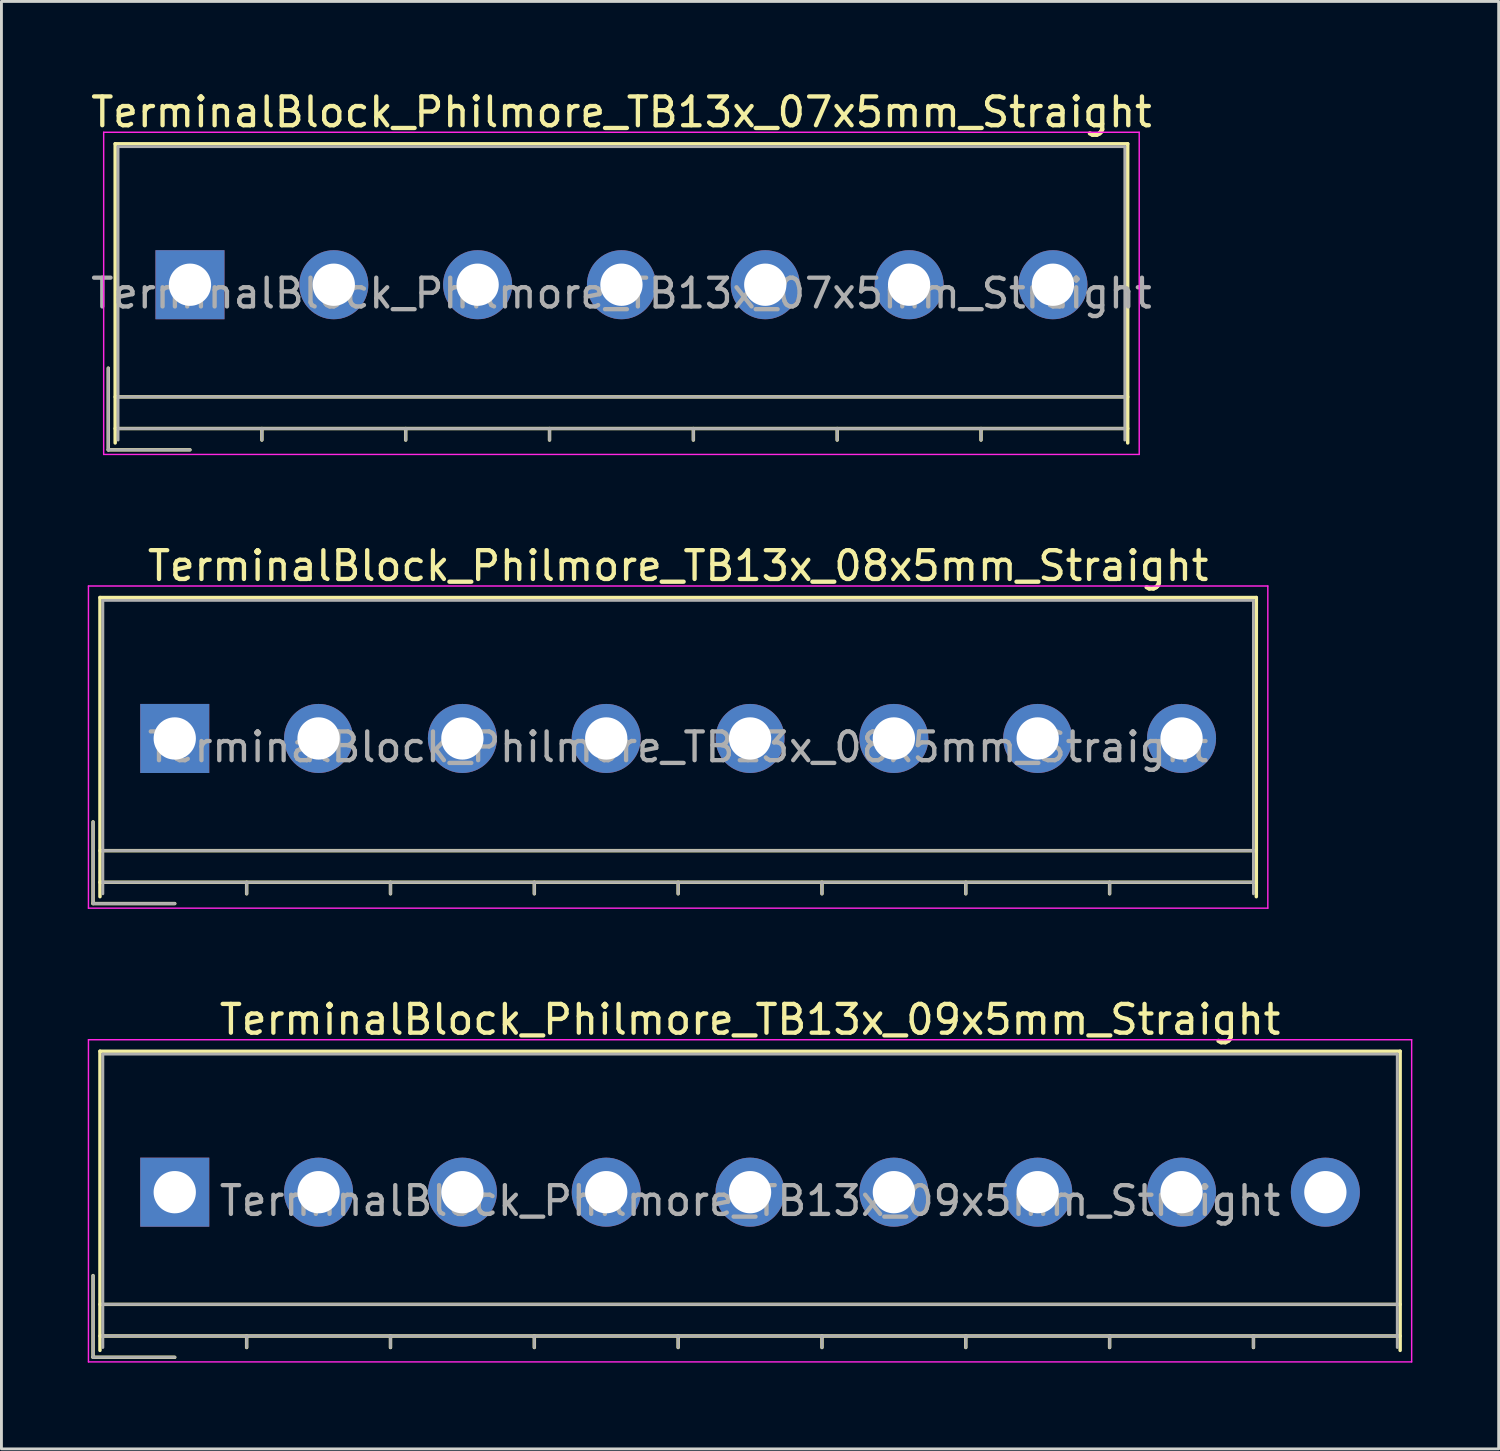
<source format=kicad_pcb>
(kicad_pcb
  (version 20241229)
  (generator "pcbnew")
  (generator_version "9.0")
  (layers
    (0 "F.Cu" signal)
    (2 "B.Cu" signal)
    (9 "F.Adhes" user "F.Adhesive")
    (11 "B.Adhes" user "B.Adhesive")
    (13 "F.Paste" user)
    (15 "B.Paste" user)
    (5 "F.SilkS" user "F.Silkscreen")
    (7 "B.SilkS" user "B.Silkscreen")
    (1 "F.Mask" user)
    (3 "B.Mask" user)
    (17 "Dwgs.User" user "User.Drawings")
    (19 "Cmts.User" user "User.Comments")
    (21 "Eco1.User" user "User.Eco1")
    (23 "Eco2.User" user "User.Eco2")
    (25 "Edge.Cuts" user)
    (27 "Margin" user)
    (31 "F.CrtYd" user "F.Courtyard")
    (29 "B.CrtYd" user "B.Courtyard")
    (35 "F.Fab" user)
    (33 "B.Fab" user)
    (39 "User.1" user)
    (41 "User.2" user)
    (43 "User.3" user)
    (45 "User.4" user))
  (footprint "TerminalBlock_Philmore_TB13x_07x5mm_Straight"
    (layer "F.Cu")
    (at 3.554 6.848)
    (property "Reference" "TerminalBlock_Philmore_TB13x_07x5mm_Straight" (at 15 -6 0) (layer "F.SilkS") (effects (font (size 1 1) (thickness 0.15))))
    (attr through_hole)
    (fp_line (start -2.84 2.9) (end -2.84 5.74) (stroke (width 0.12) (type solid)) (layer "F.SilkS"))
    (fp_line (start -2.84 5.74) (end 0 5.74) (stroke (width 0.12) (type solid)) (layer "F.SilkS"))
    (fp_line (start -2.6 -4.9) (end 32.6 -4.9) (stroke (width 0.12) (type solid)) (layer "F.SilkS"))
    (fp_line (start -2.6 3.9) (end 32.6 3.9) (stroke (width 0.12) (type solid)) (layer "F.SilkS"))
    (fp_line (start -2.6 5) (end 32.6 5) (stroke (width 0.12) (type solid)) (layer "F.SilkS"))
    (fp_line (start -2.6 5.5) (end -2.6 -4.9) (stroke (width 0.12) (type solid)) (layer "F.SilkS"))
    (fp_line (start 2.5 5) (end 2.5 5.4) (stroke (width 0.12) (type solid)) (layer "F.SilkS"))
    (fp_line (start 7.5 5) (end 7.5 5.4) (stroke (width 0.12) (type solid)) (layer "F.SilkS"))
    (fp_line (start 12.5 5) (end 12.5 5.4) (stroke (width 0.12) (type solid)) (layer "F.SilkS"))
    (fp_line (start 17.5 5) (end 17.5 5.4) (stroke (width 0.12) (type solid)) (layer "F.SilkS"))
    (fp_line (start 22.5 5) (end 22.5 5.4) (stroke (width 0.12) (type solid)) (layer "F.SilkS"))
    (fp_line (start 27.5 5) (end 27.5 5.4) (stroke (width 0.12) (type solid)) (layer "F.SilkS"))
    (fp_line (start 32.6 -4.9) (end 32.6 5.5) (stroke (width 0.12) (type solid)) (layer "F.SilkS"))
    (fp_line (start -3 -5.3) (end -3 5.9) (stroke (width 0.05) (type solid)) (layer "F.CrtYd"))
    (fp_line (start -3 5.9) (end 33 5.9) (stroke (width 0.05) (type solid)) (layer "F.CrtYd"))
    (fp_line (start 33 -5.3) (end -3 -5.3) (stroke (width 0.05) (type solid)) (layer "F.CrtYd"))
    (fp_line (start 33 5.9) (end 33 -5.3) (stroke (width 0.05) (type solid)) (layer "F.CrtYd"))
    (fp_line (start -2.84 2.9) (end -2.84 5.74) (stroke (width 0.1) (type solid)) (layer "F.Fab"))
    (fp_line (start -2.84 5.74) (end 0 5.74) (stroke (width 0.1) (type solid)) (layer "F.Fab"))
    (fp_line (start -2.5 -4.8) (end 32.5 -4.8) (stroke (width 0.1) (type solid)) (layer "F.Fab"))
    (fp_line (start -2.5 3.9) (end 32.5 3.9) (stroke (width 0.1) (type solid)) (layer "F.Fab"))
    (fp_line (start -2.5 5) (end 32.5 5) (stroke (width 0.1) (type solid)) (layer "F.Fab"))
    (fp_line (start -2.5 5.4) (end -2.5 -4.8) (stroke (width 0.1) (type solid)) (layer "F.Fab"))
    (fp_line (start 2.5 5) (end 2.5 5.4) (stroke (width 0.1) (type solid)) (layer "F.Fab"))
    (fp_line (start 7.5 5) (end 7.5 5.4) (stroke (width 0.1) (type solid)) (layer "F.Fab"))
    (fp_line (start 12.5 5) (end 12.5 5.4) (stroke (width 0.1) (type solid)) (layer "F.Fab"))
    (fp_line (start 17.5 5) (end 17.5 5.4) (stroke (width 0.1) (type solid)) (layer "F.Fab"))
    (fp_line (start 22.5 5) (end 22.5 5.4) (stroke (width 0.1) (type solid)) (layer "F.Fab"))
    (fp_line (start 27.5 5) (end 27.5 5.4) (stroke (width 0.1) (type solid)) (layer "F.Fab"))
    (fp_line (start 32.5 -4.8) (end 32.5 5.4) (stroke (width 0.1) (type solid)) (layer "F.Fab"))
    (fp_text user "${REFERENCE}" (at 15 0.3 0) (layer "F.Fab") (effects (font (size 1 1) (thickness 0.15))))
    (pad "1" thru_hole rect (at 0 0) (size 2.4 2.4) (drill 1.47) (layers "*.Cu" "*.Mask"))
    (pad "2" thru_hole circle (at 5 0) (size 2.4 2.4) (drill 1.47) (layers "*.Cu" "*.Mask"))
    (pad "3" thru_hole circle (at 10 0) (size 2.4 2.4) (drill 1.47) (layers "*.Cu" "*.Mask"))
    (pad "4" thru_hole circle (at 15 0) (size 2.4 2.4) (drill 1.47) (layers "*.Cu" "*.Mask"))
    (pad "5" thru_hole circle (at 20 0) (size 2.4 2.4) (drill 1.47) (layers "*.Cu" "*.Mask"))
    (pad "6" thru_hole circle (at 25 0) (size 2.4 2.4) (drill 1.47) (layers "*.Cu" "*.Mask"))
    (pad "7" thru_hole circle (at 30 0) (size 2.4 2.4) (drill 1.47) (layers "*.Cu" "*.Mask")))
  (footprint "TerminalBlock_Philmore_TB13x_08x5mm_Straight"
    (layer "F.Cu")
    (at 3.025 22.622)
    (property "Reference" "TerminalBlock_Philmore_TB13x_08x5mm_Straight" (at 17.5 -6 0) (layer "F.SilkS") (effects (font (size 1 1) (thickness 0.15))))
    (attr through_hole)
    (fp_line (start -2.84 2.9) (end -2.84 5.74) (stroke (width 0.12) (type solid)) (layer "F.SilkS"))
    (fp_line (start -2.84 5.74) (end 0 5.74) (stroke (width 0.12) (type solid)) (layer "F.SilkS"))
    (fp_line (start -2.6 -4.9) (end 37.6 -4.9) (stroke (width 0.12) (type solid)) (layer "F.SilkS"))
    (fp_line (start -2.6 3.9) (end 37.6 3.9) (stroke (width 0.12) (type solid)) (layer "F.SilkS"))
    (fp_line (start -2.6 5) (end 37.6 5) (stroke (width 0.12) (type solid)) (layer "F.SilkS"))
    (fp_line (start -2.6 5.5) (end -2.6 -4.9) (stroke (width 0.12) (type solid)) (layer "F.SilkS"))
    (fp_line (start 2.5 5) (end 2.5 5.4) (stroke (width 0.12) (type solid)) (layer "F.SilkS"))
    (fp_line (start 7.5 5) (end 7.5 5.4) (stroke (width 0.12) (type solid)) (layer "F.SilkS"))
    (fp_line (start 12.5 5) (end 12.5 5.4) (stroke (width 0.12) (type solid)) (layer "F.SilkS"))
    (fp_line (start 17.5 5) (end 17.5 5.4) (stroke (width 0.12) (type solid)) (layer "F.SilkS"))
    (fp_line (start 22.5 5) (end 22.5 5.4) (stroke (width 0.12) (type solid)) (layer "F.SilkS"))
    (fp_line (start 27.5 5) (end 27.5 5.4) (stroke (width 0.12) (type solid)) (layer "F.SilkS"))
    (fp_line (start 32.5 5) (end 32.5 5.4) (stroke (width 0.12) (type solid)) (layer "F.SilkS"))
    (fp_line (start 37.6 -4.9) (end 37.6 5.5) (stroke (width 0.12) (type solid)) (layer "F.SilkS"))
    (fp_line (start -3 -5.3) (end -3 5.9) (stroke (width 0.05) (type solid)) (layer "F.CrtYd"))
    (fp_line (start -3 5.9) (end 38 5.9) (stroke (width 0.05) (type solid)) (layer "F.CrtYd"))
    (fp_line (start 38 -5.3) (end -3 -5.3) (stroke (width 0.05) (type solid)) (layer "F.CrtYd"))
    (fp_line (start 38 5.9) (end 38 -5.3) (stroke (width 0.05) (type solid)) (layer "F.CrtYd"))
    (fp_line (start -2.84 2.9) (end -2.84 5.74) (stroke (width 0.1) (type solid)) (layer "F.Fab"))
    (fp_line (start -2.84 5.74) (end 0 5.74) (stroke (width 0.1) (type solid)) (layer "F.Fab"))
    (fp_line (start -2.5 -4.8) (end 37.5 -4.8) (stroke (width 0.1) (type solid)) (layer "F.Fab"))
    (fp_line (start -2.5 3.9) (end 37.5 3.9) (stroke (width 0.1) (type solid)) (layer "F.Fab"))
    (fp_line (start -2.5 5) (end 37.5 5) (stroke (width 0.1) (type solid)) (layer "F.Fab"))
    (fp_line (start -2.5 5.4) (end -2.5 -4.8) (stroke (width 0.1) (type solid)) (layer "F.Fab"))
    (fp_line (start 2.5 5) (end 2.5 5.4) (stroke (width 0.1) (type solid)) (layer "F.Fab"))
    (fp_line (start 7.5 5) (end 7.5 5.4) (stroke (width 0.1) (type solid)) (layer "F.Fab"))
    (fp_line (start 12.5 5) (end 12.5 5.4) (stroke (width 0.1) (type solid)) (layer "F.Fab"))
    (fp_line (start 17.5 5) (end 17.5 5.4) (stroke (width 0.1) (type solid)) (layer "F.Fab"))
    (fp_line (start 22.5 5) (end 22.5 5.4) (stroke (width 0.1) (type solid)) (layer "F.Fab"))
    (fp_line (start 27.5 5) (end 27.5 5.4) (stroke (width 0.1) (type solid)) (layer "F.Fab"))
    (fp_line (start 32.5 5) (end 32.5 5.4) (stroke (width 0.1) (type solid)) (layer "F.Fab"))
    (fp_line (start 37.5 -4.8) (end 37.5 5.4) (stroke (width 0.1) (type solid)) (layer "F.Fab"))
    (fp_text user "${REFERENCE}" (at 17.5 0.3 0) (layer "F.Fab") (effects (font (size 1 1) (thickness 0.15))))
    (pad "1" thru_hole rect (at 0 0) (size 2.4 2.4) (drill 1.47) (layers "*.Cu" "*.Mask"))
    (pad "2" thru_hole circle (at 5 0) (size 2.4 2.4) (drill 1.47) (layers "*.Cu" "*.Mask"))
    (pad "3" thru_hole circle (at 10 0) (size 2.4 2.4) (drill 1.47) (layers "*.Cu" "*.Mask"))
    (pad "4" thru_hole circle (at 15 0) (size 2.4 2.4) (drill 1.47) (layers "*.Cu" "*.Mask"))
    (pad "5" thru_hole circle (at 20 0) (size 2.4 2.4) (drill 1.47) (layers "*.Cu" "*.Mask"))
    (pad "6" thru_hole circle (at 25 0) (size 2.4 2.4) (drill 1.47) (layers "*.Cu" "*.Mask"))
    (pad "7" thru_hole circle (at 30 0) (size 2.4 2.4) (drill 1.47) (layers "*.Cu" "*.Mask"))
    (pad "8" thru_hole circle (at 35 0) (size 2.4 2.4) (drill 1.47) (layers "*.Cu" "*.Mask")))
  (footprint "TerminalBlock_Philmore_TB13x_09x5mm_Straight"
    (layer "F.Cu")
    (at 3.025 38.395)
    (property "Reference" "TerminalBlock_Philmore_TB13x_09x5mm_Straight" (at 20 -6 0) (layer "F.SilkS") (effects (font (size 1 1) (thickness 0.15))))
    (attr through_hole)
    (fp_line (start -2.84 2.9) (end -2.84 5.74) (stroke (width 0.12) (type solid)) (layer "F.SilkS"))
    (fp_line (start -2.84 5.74) (end 0 5.74) (stroke (width 0.12) (type solid)) (layer "F.SilkS"))
    (fp_line (start -2.6 -4.9) (end 42.6 -4.9) (stroke (width 0.12) (type solid)) (layer "F.SilkS"))
    (fp_line (start -2.6 3.9) (end 42.6 3.9) (stroke (width 0.12) (type solid)) (layer "F.SilkS"))
    (fp_line (start -2.6 5) (end 42.6 5) (stroke (width 0.12) (type solid)) (layer "F.SilkS"))
    (fp_line (start -2.6 5.5) (end -2.6 -4.9) (stroke (width 0.12) (type solid)) (layer "F.SilkS"))
    (fp_line (start 2.5 5) (end 2.5 5.4) (stroke (width 0.12) (type solid)) (layer "F.SilkS"))
    (fp_line (start 7.5 5) (end 7.5 5.4) (stroke (width 0.12) (type solid)) (layer "F.SilkS"))
    (fp_line (start 12.5 5) (end 12.5 5.4) (stroke (width 0.12) (type solid)) (layer "F.SilkS"))
    (fp_line (start 17.5 5) (end 17.5 5.4) (stroke (width 0.12) (type solid)) (layer "F.SilkS"))
    (fp_line (start 22.5 5) (end 22.5 5.4) (stroke (width 0.12) (type solid)) (layer "F.SilkS"))
    (fp_line (start 27.5 5) (end 27.5 5.4) (stroke (width 0.12) (type solid)) (layer "F.SilkS"))
    (fp_line (start 32.5 5) (end 32.5 5.4) (stroke (width 0.12) (type solid)) (layer "F.SilkS"))
    (fp_line (start 37.5 5) (end 37.5 5.4) (stroke (width 0.12) (type solid)) (layer "F.SilkS"))
    (fp_line (start 42.6 -4.9) (end 42.6 5.5) (stroke (width 0.12) (type solid)) (layer "F.SilkS"))
    (fp_line (start -3 -5.3) (end -3 5.9) (stroke (width 0.05) (type solid)) (layer "F.CrtYd"))
    (fp_line (start -3 5.9) (end 43 5.9) (stroke (width 0.05) (type solid)) (layer "F.CrtYd"))
    (fp_line (start 43 -5.3) (end -3 -5.3) (stroke (width 0.05) (type solid)) (layer "F.CrtYd"))
    (fp_line (start 43 5.9) (end 43 -5.3) (stroke (width 0.05) (type solid)) (layer "F.CrtYd"))
    (fp_line (start -2.84 2.9) (end -2.84 5.74) (stroke (width 0.1) (type solid)) (layer "F.Fab"))
    (fp_line (start -2.84 5.74) (end 0 5.74) (stroke (width 0.1) (type solid)) (layer "F.Fab"))
    (fp_line (start -2.5 -4.8) (end 42.5 -4.8) (stroke (width 0.1) (type solid)) (layer "F.Fab"))
    (fp_line (start -2.5 3.9) (end 42.5 3.9) (stroke (width 0.1) (type solid)) (layer "F.Fab"))
    (fp_line (start -2.5 5) (end 42.5 5) (stroke (width 0.1) (type solid)) (layer "F.Fab"))
    (fp_line (start -2.5 5.4) (end -2.5 -4.8) (stroke (width 0.1) (type solid)) (layer "F.Fab"))
    (fp_line (start 2.5 5) (end 2.5 5.4) (stroke (width 0.1) (type solid)) (layer "F.Fab"))
    (fp_line (start 7.5 5) (end 7.5 5.4) (stroke (width 0.1) (type solid)) (layer "F.Fab"))
    (fp_line (start 12.5 5) (end 12.5 5.4) (stroke (width 0.1) (type solid)) (layer "F.Fab"))
    (fp_line (start 17.5 5) (end 17.5 5.4) (stroke (width 0.1) (type solid)) (layer "F.Fab"))
    (fp_line (start 22.5 5) (end 22.5 5.4) (stroke (width 0.1) (type solid)) (layer "F.Fab"))
    (fp_line (start 27.5 5) (end 27.5 5.4) (stroke (width 0.1) (type solid)) (layer "F.Fab"))
    (fp_line (start 32.5 5) (end 32.5 5.4) (stroke (width 0.1) (type solid)) (layer "F.Fab"))
    (fp_line (start 37.5 5) (end 37.5 5.4) (stroke (width 0.1) (type solid)) (layer "F.Fab"))
    (fp_line (start 42.5 -4.8) (end 42.5 5.4) (stroke (width 0.1) (type solid)) (layer "F.Fab"))
    (fp_text user "${REFERENCE}" (at 20 0.3 0) (layer "F.Fab") (effects (font (size 1 1) (thickness 0.15))))
    (pad "1" thru_hole rect (at 0 0) (size 2.4 2.4) (drill 1.47) (layers "*.Cu" "*.Mask"))
    (pad "2" thru_hole circle (at 5 0) (size 2.4 2.4) (drill 1.47) (layers "*.Cu" "*.Mask"))
    (pad "3" thru_hole circle (at 10 0) (size 2.4 2.4) (drill 1.47) (layers "*.Cu" "*.Mask"))
    (pad "4" thru_hole circle (at 15 0) (size 2.4 2.4) (drill 1.47) (layers "*.Cu" "*.Mask"))
    (pad "5" thru_hole circle (at 20 0) (size 2.4 2.4) (drill 1.47) (layers "*.Cu" "*.Mask"))
    (pad "6" thru_hole circle (at 25 0) (size 2.4 2.4) (drill 1.47) (layers "*.Cu" "*.Mask"))
    (pad "7" thru_hole circle (at 30 0) (size 2.4 2.4) (drill 1.47) (layers "*.Cu" "*.Mask"))
    (pad "8" thru_hole circle (at 35 0) (size 2.4 2.4) (drill 1.47) (layers "*.Cu" "*.Mask"))
    (pad "9" thru_hole circle (at 40 0) (size 2.4 2.4) (drill 1.47) (layers "*.Cu" "*.Mask")))
  (gr_rect
    (start -3 -3)
    (end 49.05 47.32)
    (stroke (width 0.1) (type default))
    (fill no)
    (layer "Edge.Cuts")))
</source>
